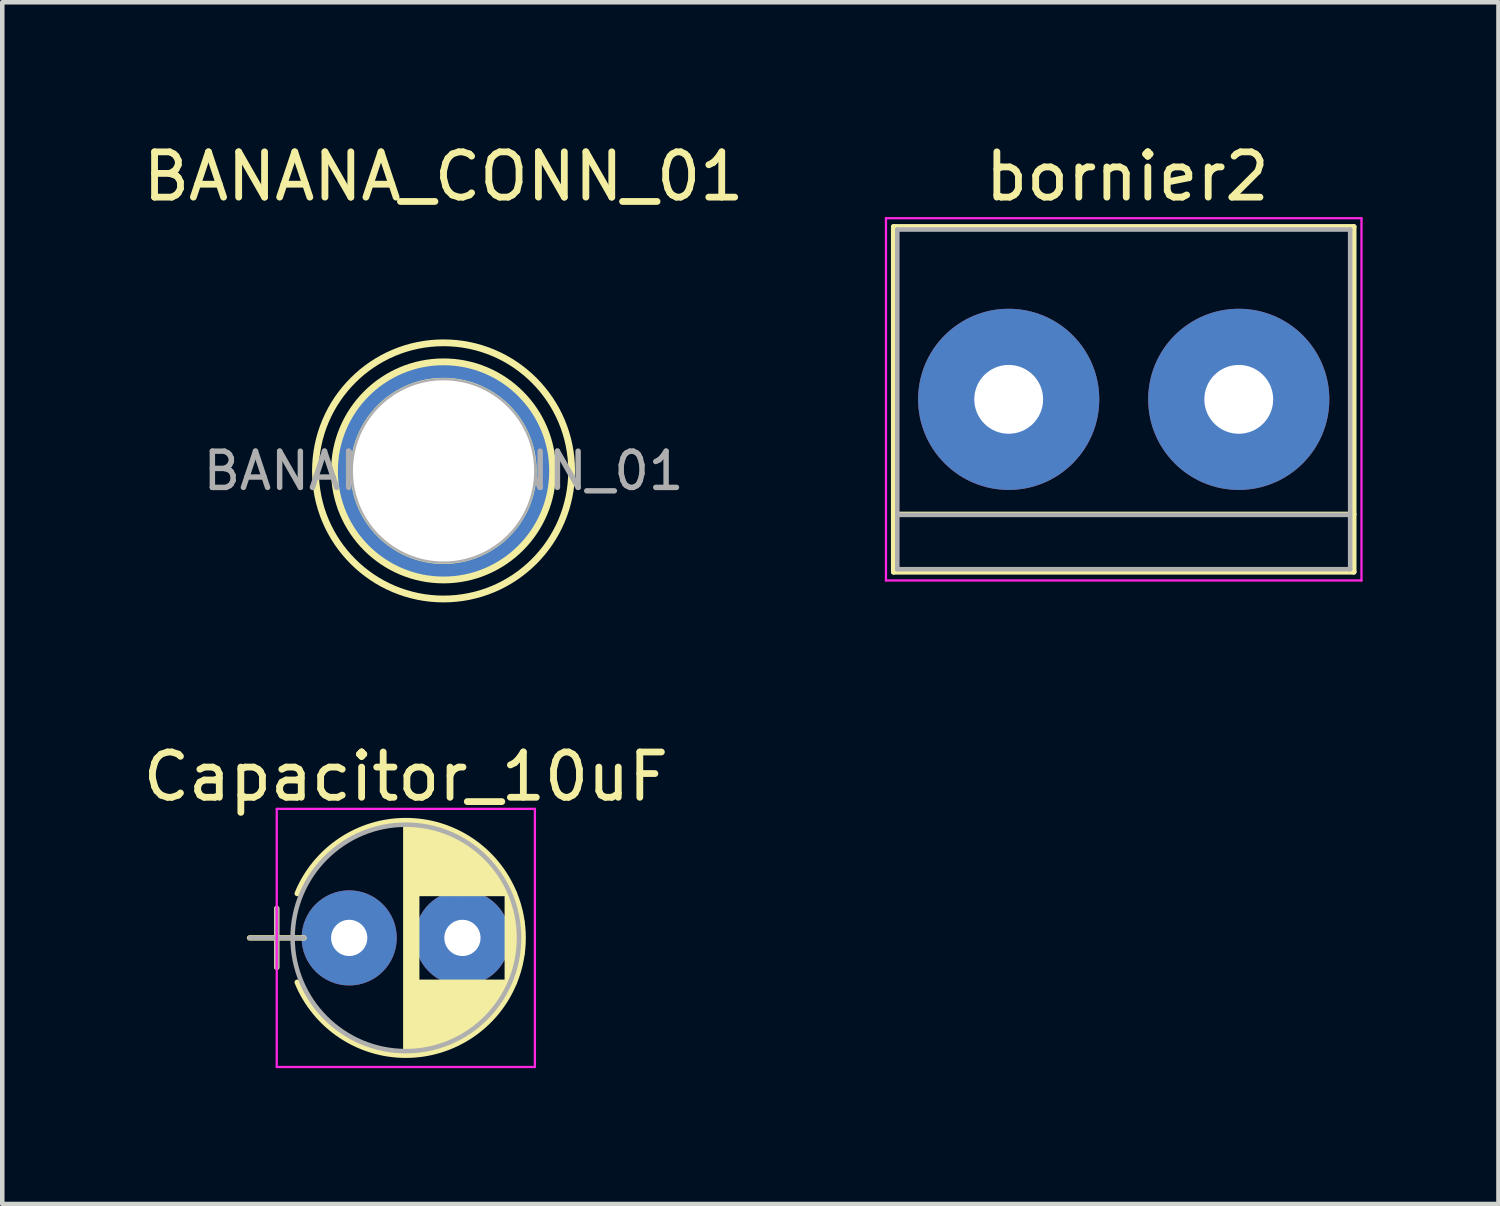
<source format=kicad_pcb>
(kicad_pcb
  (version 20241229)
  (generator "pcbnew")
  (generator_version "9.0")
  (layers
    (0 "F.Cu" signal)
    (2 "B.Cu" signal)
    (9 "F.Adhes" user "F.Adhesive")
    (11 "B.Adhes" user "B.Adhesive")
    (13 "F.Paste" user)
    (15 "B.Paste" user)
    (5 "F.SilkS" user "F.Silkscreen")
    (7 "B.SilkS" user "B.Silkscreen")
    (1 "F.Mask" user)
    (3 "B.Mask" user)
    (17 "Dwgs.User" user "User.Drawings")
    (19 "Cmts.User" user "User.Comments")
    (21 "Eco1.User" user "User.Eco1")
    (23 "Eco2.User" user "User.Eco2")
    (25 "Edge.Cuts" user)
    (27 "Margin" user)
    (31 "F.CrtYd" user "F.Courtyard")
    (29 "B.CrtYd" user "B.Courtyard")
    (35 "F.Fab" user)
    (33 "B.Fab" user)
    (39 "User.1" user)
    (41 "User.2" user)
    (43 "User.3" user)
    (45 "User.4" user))
  (footprint "BANANA_CONN_01"
    (layer "F.Cu")
    (at 6.744 7.348)
    (property "Reference" "BANANA_CONN_01" (at 0 -6.5 0) (layer "F.SilkS") (effects (font (size 1 1) (thickness 0.15))))
    (attr through_hole)
    (fp_circle (center 0 0) (end 1.4 1.4) (stroke (width 0.15) (type solid)) (fill no) (layer "F.SilkS"))
    (fp_circle (center 0 0) (end 1.6 1.8) (stroke (width 0.15) (type solid)) (fill no) (layer "F.SilkS"))
    (fp_circle (center 0 0) (end 2 2) (stroke (width 0.15) (type solid)) (fill no) (layer "F.SilkS"))
    (fp_circle (center 0 0) (end 2 0) (stroke (width 0.1) (type solid)) (fill no) (layer "F.Fab"))
    (fp_text user "${REFERENCE}" (at 0 0 0) (layer "F.Fab") (effects (font (size 0.8 0.8) (thickness 0.12))))
    (pad "1" thru_hole circle (at 0 0) (size 4.8 4.8) (drill 4) (layers "*.Cu" "*.Mask")))
  (footprint "Capacitor_10uF"
    (layer "F.Cu")
    (at 4.661 17.66)
    (property "Reference" "Capacitor_10uF" (at 1.25 -3.56 0) (layer "F.SilkS") (effects (font (size 1 1) (thickness 0.15))))
    (attr through_hole)
    (fp_line (start -2.2 0) (end -1 0) (stroke (width 0.12) (type solid)) (layer "F.SilkS"))
    (fp_line (start -1.6 -0.65) (end -1.6 0.65) (stroke (width 0.12) (type solid)) (layer "F.SilkS"))
    (fp_line (start 1.25 -2.55) (end 1.25 2.55) (stroke (width 0.12) (type solid)) (layer "F.SilkS"))
    (fp_line (start 1.29 -2.55) (end 1.29 2.55) (stroke (width 0.12) (type solid)) (layer "F.SilkS"))
    (fp_line (start 1.33 -2.549) (end 1.33 2.549) (stroke (width 0.12) (type solid)) (layer "F.SilkS"))
    (fp_line (start 1.37 -2.548) (end 1.37 2.548) (stroke (width 0.12) (type solid)) (layer "F.SilkS"))
    (fp_line (start 1.41 -2.546) (end 1.41 2.546) (stroke (width 0.12) (type solid)) (layer "F.SilkS"))
    (fp_line (start 1.45 -2.543) (end 1.45 2.543) (stroke (width 0.12) (type solid)) (layer "F.SilkS"))
    (fp_line (start 1.49 -2.539) (end 1.49 2.539) (stroke (width 0.12) (type solid)) (layer "F.SilkS"))
    (fp_line (start 1.53 -2.535) (end 1.53 -0.98) (stroke (width 0.12) (type solid)) (layer "F.SilkS"))
    (fp_line (start 1.53 0.98) (end 1.53 2.535) (stroke (width 0.12) (type solid)) (layer "F.SilkS"))
    (fp_line (start 1.57 -2.531) (end 1.57 -0.98) (stroke (width 0.12) (type solid)) (layer "F.SilkS"))
    (fp_line (start 1.57 0.98) (end 1.57 2.531) (stroke (width 0.12) (type solid)) (layer "F.SilkS"))
    (fp_line (start 1.61 -2.525) (end 1.61 -0.98) (stroke (width 0.12) (type solid)) (layer "F.SilkS"))
    (fp_line (start 1.61 0.98) (end 1.61 2.525) (stroke (width 0.12) (type solid)) (layer "F.SilkS"))
    (fp_line (start 1.65 -2.519) (end 1.65 -0.98) (stroke (width 0.12) (type solid)) (layer "F.SilkS"))
    (fp_line (start 1.65 0.98) (end 1.65 2.519) (stroke (width 0.12) (type solid)) (layer "F.SilkS"))
    (fp_line (start 1.69 -2.513) (end 1.69 -0.98) (stroke (width 0.12) (type solid)) (layer "F.SilkS"))
    (fp_line (start 1.69 0.98) (end 1.69 2.513) (stroke (width 0.12) (type solid)) (layer "F.SilkS"))
    (fp_line (start 1.73 -2.506) (end 1.73 -0.98) (stroke (width 0.12) (type solid)) (layer "F.SilkS"))
    (fp_line (start 1.73 0.98) (end 1.73 2.506) (stroke (width 0.12) (type solid)) (layer "F.SilkS"))
    (fp_line (start 1.77 -2.498) (end 1.77 -0.98) (stroke (width 0.12) (type solid)) (layer "F.SilkS"))
    (fp_line (start 1.77 0.98) (end 1.77 2.498) (stroke (width 0.12) (type solid)) (layer "F.SilkS"))
    (fp_line (start 1.81 -2.489) (end 1.81 -0.98) (stroke (width 0.12) (type solid)) (layer "F.SilkS"))
    (fp_line (start 1.81 0.98) (end 1.81 2.489) (stroke (width 0.12) (type solid)) (layer "F.SilkS"))
    (fp_line (start 1.85 -2.48) (end 1.85 -0.98) (stroke (width 0.12) (type solid)) (layer "F.SilkS"))
    (fp_line (start 1.85 0.98) (end 1.85 2.48) (stroke (width 0.12) (type solid)) (layer "F.SilkS"))
    (fp_line (start 1.89 -2.47) (end 1.89 -0.98) (stroke (width 0.12) (type solid)) (layer "F.SilkS"))
    (fp_line (start 1.89 0.98) (end 1.89 2.47) (stroke (width 0.12) (type solid)) (layer "F.SilkS"))
    (fp_line (start 1.93 -2.46) (end 1.93 -0.98) (stroke (width 0.12) (type solid)) (layer "F.SilkS"))
    (fp_line (start 1.93 0.98) (end 1.93 2.46) (stroke (width 0.12) (type solid)) (layer "F.SilkS"))
    (fp_line (start 1.971 -2.448) (end 1.971 -0.98) (stroke (width 0.12) (type solid)) (layer "F.SilkS"))
    (fp_line (start 1.971 0.98) (end 1.971 2.448) (stroke (width 0.12) (type solid)) (layer "F.SilkS"))
    (fp_line (start 2.011 -2.436) (end 2.011 -0.98) (stroke (width 0.12) (type solid)) (layer "F.SilkS"))
    (fp_line (start 2.011 0.98) (end 2.011 2.436) (stroke (width 0.12) (type solid)) (layer "F.SilkS"))
    (fp_line (start 2.051 -2.424) (end 2.051 -0.98) (stroke (width 0.12) (type solid)) (layer "F.SilkS"))
    (fp_line (start 2.051 0.98) (end 2.051 2.424) (stroke (width 0.12) (type solid)) (layer "F.SilkS"))
    (fp_line (start 2.091 -2.41) (end 2.091 -0.98) (stroke (width 0.12) (type solid)) (layer "F.SilkS"))
    (fp_line (start 2.091 0.98) (end 2.091 2.41) (stroke (width 0.12) (type solid)) (layer "F.SilkS"))
    (fp_line (start 2.131 -2.396) (end 2.131 -0.98) (stroke (width 0.12) (type solid)) (layer "F.SilkS"))
    (fp_line (start 2.131 0.98) (end 2.131 2.396) (stroke (width 0.12) (type solid)) (layer "F.SilkS"))
    (fp_line (start 2.171 -2.382) (end 2.171 -0.98) (stroke (width 0.12) (type solid)) (layer "F.SilkS"))
    (fp_line (start 2.171 0.98) (end 2.171 2.382) (stroke (width 0.12) (type solid)) (layer "F.SilkS"))
    (fp_line (start 2.211 -2.366) (end 2.211 -0.98) (stroke (width 0.12) (type solid)) (layer "F.SilkS"))
    (fp_line (start 2.211 0.98) (end 2.211 2.366) (stroke (width 0.12) (type solid)) (layer "F.SilkS"))
    (fp_line (start 2.251 -2.35) (end 2.251 -0.98) (stroke (width 0.12) (type solid)) (layer "F.SilkS"))
    (fp_line (start 2.251 0.98) (end 2.251 2.35) (stroke (width 0.12) (type solid)) (layer "F.SilkS"))
    (fp_line (start 2.291 -2.333) (end 2.291 -0.98) (stroke (width 0.12) (type solid)) (layer "F.SilkS"))
    (fp_line (start 2.291 0.98) (end 2.291 2.333) (stroke (width 0.12) (type solid)) (layer "F.SilkS"))
    (fp_line (start 2.331 -2.315) (end 2.331 -0.98) (stroke (width 0.12) (type solid)) (layer "F.SilkS"))
    (fp_line (start 2.331 0.98) (end 2.331 2.315) (stroke (width 0.12) (type solid)) (layer "F.SilkS"))
    (fp_line (start 2.371 -2.296) (end 2.371 -0.98) (stroke (width 0.12) (type solid)) (layer "F.SilkS"))
    (fp_line (start 2.371 0.98) (end 2.371 2.296) (stroke (width 0.12) (type solid)) (layer "F.SilkS"))
    (fp_line (start 2.411 -2.276) (end 2.411 -0.98) (stroke (width 0.12) (type solid)) (layer "F.SilkS"))
    (fp_line (start 2.411 0.98) (end 2.411 2.276) (stroke (width 0.12) (type solid)) (layer "F.SilkS"))
    (fp_line (start 2.451 -2.256) (end 2.451 -0.98) (stroke (width 0.12) (type solid)) (layer "F.SilkS"))
    (fp_line (start 2.451 0.98) (end 2.451 2.256) (stroke (width 0.12) (type solid)) (layer "F.SilkS"))
    (fp_line (start 2.491 -2.234) (end 2.491 -0.98) (stroke (width 0.12) (type solid)) (layer "F.SilkS"))
    (fp_line (start 2.491 0.98) (end 2.491 2.234) (stroke (width 0.12) (type solid)) (layer "F.SilkS"))
    (fp_line (start 2.531 -2.212) (end 2.531 -0.98) (stroke (width 0.12) (type solid)) (layer "F.SilkS"))
    (fp_line (start 2.531 0.98) (end 2.531 2.212) (stroke (width 0.12) (type solid)) (layer "F.SilkS"))
    (fp_line (start 2.571 -2.189) (end 2.571 -0.98) (stroke (width 0.12) (type solid)) (layer "F.SilkS"))
    (fp_line (start 2.571 0.98) (end 2.571 2.189) (stroke (width 0.12) (type solid)) (layer "F.SilkS"))
    (fp_line (start 2.611 -2.165) (end 2.611 -0.98) (stroke (width 0.12) (type solid)) (layer "F.SilkS"))
    (fp_line (start 2.611 0.98) (end 2.611 2.165) (stroke (width 0.12) (type solid)) (layer "F.SilkS"))
    (fp_line (start 2.651 -2.14) (end 2.651 -0.98) (stroke (width 0.12) (type solid)) (layer "F.SilkS"))
    (fp_line (start 2.651 0.98) (end 2.651 2.14) (stroke (width 0.12) (type solid)) (layer "F.SilkS"))
    (fp_line (start 2.691 -2.113) (end 2.691 -0.98) (stroke (width 0.12) (type solid)) (layer "F.SilkS"))
    (fp_line (start 2.691 0.98) (end 2.691 2.113) (stroke (width 0.12) (type solid)) (layer "F.SilkS"))
    (fp_line (start 2.731 -2.086) (end 2.731 -0.98) (stroke (width 0.12) (type solid)) (layer "F.SilkS"))
    (fp_line (start 2.731 0.98) (end 2.731 2.086) (stroke (width 0.12) (type solid)) (layer "F.SilkS"))
    (fp_line (start 2.771 -2.058) (end 2.771 -0.98) (stroke (width 0.12) (type solid)) (layer "F.SilkS"))
    (fp_line (start 2.771 0.98) (end 2.771 2.058) (stroke (width 0.12) (type solid)) (layer "F.SilkS"))
    (fp_line (start 2.811 -2.028) (end 2.811 -0.98) (stroke (width 0.12) (type solid)) (layer "F.SilkS"))
    (fp_line (start 2.811 0.98) (end 2.811 2.028) (stroke (width 0.12) (type solid)) (layer "F.SilkS"))
    (fp_line (start 2.851 -1.997) (end 2.851 -0.98) (stroke (width 0.12) (type solid)) (layer "F.SilkS"))
    (fp_line (start 2.851 0.98) (end 2.851 1.997) (stroke (width 0.12) (type solid)) (layer "F.SilkS"))
    (fp_line (start 2.891 -1.965) (end 2.891 -0.98) (stroke (width 0.12) (type solid)) (layer "F.SilkS"))
    (fp_line (start 2.891 0.98) (end 2.891 1.965) (stroke (width 0.12) (type solid)) (layer "F.SilkS"))
    (fp_line (start 2.931 -1.932) (end 2.931 -0.98) (stroke (width 0.12) (type solid)) (layer "F.SilkS"))
    (fp_line (start 2.931 0.98) (end 2.931 1.932) (stroke (width 0.12) (type solid)) (layer "F.SilkS"))
    (fp_line (start 2.971 -1.897) (end 2.971 -0.98) (stroke (width 0.12) (type solid)) (layer "F.SilkS"))
    (fp_line (start 2.971 0.98) (end 2.971 1.897) (stroke (width 0.12) (type solid)) (layer "F.SilkS"))
    (fp_line (start 3.011 -1.861) (end 3.011 -0.98) (stroke (width 0.12) (type solid)) (layer "F.SilkS"))
    (fp_line (start 3.011 0.98) (end 3.011 1.861) (stroke (width 0.12) (type solid)) (layer "F.SilkS"))
    (fp_line (start 3.051 -1.823) (end 3.051 -0.98) (stroke (width 0.12) (type solid)) (layer "F.SilkS"))
    (fp_line (start 3.051 0.98) (end 3.051 1.823) (stroke (width 0.12) (type solid)) (layer "F.SilkS"))
    (fp_line (start 3.091 -1.783) (end 3.091 -0.98) (stroke (width 0.12) (type solid)) (layer "F.SilkS"))
    (fp_line (start 3.091 0.98) (end 3.091 1.783) (stroke (width 0.12) (type solid)) (layer "F.SilkS"))
    (fp_line (start 3.131 -1.742) (end 3.131 -0.98) (stroke (width 0.12) (type solid)) (layer "F.SilkS"))
    (fp_line (start 3.131 0.98) (end 3.131 1.742) (stroke (width 0.12) (type solid)) (layer "F.SilkS"))
    (fp_line (start 3.171 -1.699) (end 3.171 -0.98) (stroke (width 0.12) (type solid)) (layer "F.SilkS"))
    (fp_line (start 3.171 0.98) (end 3.171 1.699) (stroke (width 0.12) (type solid)) (layer "F.SilkS"))
    (fp_line (start 3.211 -1.654) (end 3.211 -0.98) (stroke (width 0.12) (type solid)) (layer "F.SilkS"))
    (fp_line (start 3.211 0.98) (end 3.211 1.654) (stroke (width 0.12) (type solid)) (layer "F.SilkS"))
    (fp_line (start 3.251 -1.606) (end 3.251 -0.98) (stroke (width 0.12) (type solid)) (layer "F.SilkS"))
    (fp_line (start 3.251 0.98) (end 3.251 1.606) (stroke (width 0.12) (type solid)) (layer "F.SilkS"))
    (fp_line (start 3.291 -1.556) (end 3.291 -0.98) (stroke (width 0.12) (type solid)) (layer "F.SilkS"))
    (fp_line (start 3.291 0.98) (end 3.291 1.556) (stroke (width 0.12) (type solid)) (layer "F.SilkS"))
    (fp_line (start 3.331 -1.504) (end 3.331 -0.98) (stroke (width 0.12) (type solid)) (layer "F.SilkS"))
    (fp_line (start 3.331 0.98) (end 3.331 1.504) (stroke (width 0.12) (type solid)) (layer "F.SilkS"))
    (fp_line (start 3.371 -1.448) (end 3.371 -0.98) (stroke (width 0.12) (type solid)) (layer "F.SilkS"))
    (fp_line (start 3.371 0.98) (end 3.371 1.448) (stroke (width 0.12) (type solid)) (layer "F.SilkS"))
    (fp_line (start 3.411 -1.39) (end 3.411 -0.98) (stroke (width 0.12) (type solid)) (layer "F.SilkS"))
    (fp_line (start 3.411 0.98) (end 3.411 1.39) (stroke (width 0.12) (type solid)) (layer "F.SilkS"))
    (fp_line (start 3.451 -1.327) (end 3.451 -0.98) (stroke (width 0.12) (type solid)) (layer "F.SilkS"))
    (fp_line (start 3.451 0.98) (end 3.451 1.327) (stroke (width 0.12) (type solid)) (layer "F.SilkS"))
    (fp_line (start 3.491 -1.261) (end 3.491 1.261) (stroke (width 0.12) (type solid)) (layer "F.SilkS"))
    (fp_line (start 3.531 -1.189) (end 3.531 1.189) (stroke (width 0.12) (type solid)) (layer "F.SilkS"))
    (fp_line (start 3.571 -1.112) (end 3.571 1.112) (stroke (width 0.12) (type solid)) (layer "F.SilkS"))
    (fp_line (start 3.611 -1.028) (end 3.611 1.028) (stroke (width 0.12) (type solid)) (layer "F.SilkS"))
    (fp_line (start 3.651 -0.934) (end 3.651 0.934) (stroke (width 0.12) (type solid)) (layer "F.SilkS"))
    (fp_line (start 3.691 -0.829) (end 3.691 0.829) (stroke (width 0.12) (type solid)) (layer "F.SilkS"))
    (fp_line (start 3.731 -0.707) (end 3.731 0.707) (stroke (width 0.12) (type solid)) (layer "F.SilkS"))
    (fp_line (start 3.771 -0.559) (end 3.771 0.559) (stroke (width 0.12) (type solid)) (layer "F.SilkS"))
    (fp_line (start 3.811 -0.354) (end 3.811 0.354) (stroke (width 0.12) (type solid)) (layer "F.SilkS"))
    (fp_arc (start -1.147436 -0.98) (mid 1.249244 -2.59) (end 3.646863 -0.9814) (stroke (width 0.12) (type solid)) (layer "F.SilkS"))
    (fp_arc (start 3.646863 0.9814) (mid 1.249244 2.59) (end -1.147436 0.98) (stroke (width 0.12) (type solid)) (layer "F.SilkS"))
    (fp_arc (start 3.647436 -0.98) (mid 3.84 0.000756) (end 3.646863 0.9814) (stroke (width 0.12) (type solid)) (layer "F.SilkS"))
    (fp_line (start -1.6 -2.85) (end -1.6 2.85) (stroke (width 0.05) (type solid)) (layer "F.CrtYd"))
    (fp_line (start -1.6 2.85) (end 4.1 2.85) (stroke (width 0.05) (type solid)) (layer "F.CrtYd"))
    (fp_line (start 4.1 -2.85) (end -1.6 -2.85) (stroke (width 0.05) (type solid)) (layer "F.CrtYd"))
    (fp_line (start 4.1 2.85) (end 4.1 -2.85) (stroke (width 0.05) (type solid)) (layer "F.CrtYd"))
    (fp_line (start -2.2 0) (end -1 0) (stroke (width 0.1) (type solid)) (layer "F.Fab"))
    (fp_line (start -1.6 -0.65) (end -1.6 0.65) (stroke (width 0.1) (type solid)) (layer "F.Fab"))
    (fp_circle (center 1.25 0) (end 3.75 0) (stroke (width 0.1) (type solid)) (fill no) (layer "F.Fab"))
    (pad "1" thru_hole circle (at 0 0) (size 2.1 2.1) (drill 0.8) (layers "*.Cu" "*.Mask"))
    (pad "2" thru_hole circle (at 2.5 0) (size 2.1 2.1) (drill 0.8) (layers "*.Cu" "*.Mask")))
  (footprint "bornier2"
    (layer "F.Cu")
    (at 19.223 5.768)
    (property "Reference" "bornier2" (at 2.62 -4.92 0) (layer "F.SilkS") (effects (font (size 1 1) (thickness 0.15))))
    (attr through_hole)
    (fp_line (start -2.54 -3.81) (end -2.54 3.81) (stroke (width 0.12) (type solid)) (layer "F.SilkS"))
    (fp_line (start -2.54 3.81) (end 7.62 3.81) (stroke (width 0.12) (type solid)) (layer "F.SilkS"))
    (fp_line (start 7.62 -3.81) (end -2.54 -3.81) (stroke (width 0.12) (type solid)) (layer "F.SilkS"))
    (fp_line (start 7.62 2.54) (end -2.54 2.54) (stroke (width 0.12) (type solid)) (layer "F.SilkS"))
    (fp_line (start 7.62 3.81) (end 7.62 -3.81) (stroke (width 0.12) (type solid)) (layer "F.SilkS"))
    (fp_line (start -2.71 -4) (end -2.71 4) (stroke (width 0.05) (type solid)) (layer "F.CrtYd"))
    (fp_line (start -2.71 -4) (end 7.79 -4) (stroke (width 0.05) (type solid)) (layer "F.CrtYd"))
    (fp_line (start 7.79 4) (end -2.71 4) (stroke (width 0.05) (type solid)) (layer "F.CrtYd"))
    (fp_line (start 7.79 4) (end 7.79 -4) (stroke (width 0.05) (type solid)) (layer "F.CrtYd"))
    (fp_line (start -2.46 -3.75) (end -2.46 3.75) (stroke (width 0.1) (type solid)) (layer "F.Fab"))
    (fp_line (start -2.46 3.75) (end 7.54 3.75) (stroke (width 0.1) (type solid)) (layer "F.Fab"))
    (fp_line (start -2.41 2.55) (end 7.49 2.55) (stroke (width 0.1) (type solid)) (layer "F.Fab"))
    (fp_line (start 7.54 -3.75) (end -2.46 -3.75) (stroke (width 0.1) (type solid)) (layer "F.Fab"))
    (fp_line (start 7.54 3.75) (end 7.54 -3.75) (stroke (width 0.1) (type solid)) (layer "F.Fab"))
    (pad "1" thru_hole circle (at 0 0) (size 4 4) (drill 1.52) (layers "*.Cu" "*.Mask"))
    (pad "2" thru_hole circle (at 5.08 0) (size 4 4) (drill 1.52) (layers "*.Cu" "*.Mask")))
  (gr_rect
    (start -3 -3)
    (end 30.038 23.535)
    (stroke (width 0.1) (type default))
    (fill no)
    (layer "Edge.Cuts")))
</source>
